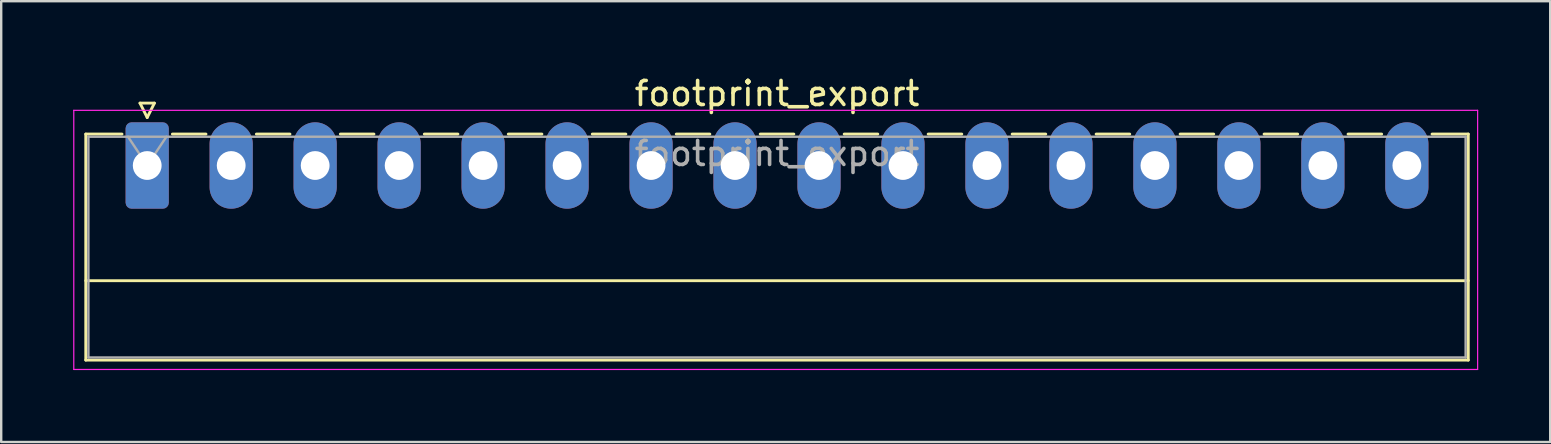
<source format=kicad_pcb>
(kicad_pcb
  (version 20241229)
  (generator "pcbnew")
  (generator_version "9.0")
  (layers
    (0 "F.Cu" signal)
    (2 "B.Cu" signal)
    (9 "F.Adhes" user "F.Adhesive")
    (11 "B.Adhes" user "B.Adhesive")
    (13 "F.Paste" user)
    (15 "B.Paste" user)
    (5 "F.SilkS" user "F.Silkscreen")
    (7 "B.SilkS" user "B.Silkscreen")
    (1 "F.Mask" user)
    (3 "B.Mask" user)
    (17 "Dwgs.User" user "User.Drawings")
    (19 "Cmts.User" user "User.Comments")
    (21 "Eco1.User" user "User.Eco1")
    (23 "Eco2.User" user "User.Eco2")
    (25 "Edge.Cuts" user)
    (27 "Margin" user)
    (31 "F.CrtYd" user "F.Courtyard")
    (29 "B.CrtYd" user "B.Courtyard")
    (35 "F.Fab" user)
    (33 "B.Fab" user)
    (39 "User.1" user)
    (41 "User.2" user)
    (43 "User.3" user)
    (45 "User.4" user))
  (footprint "footprint_export"
    (layer "F.Cu")
    (at 3.085 3.848)
    (property "Reference" "footprint_export" (at 26.25 -3 0) (layer "F.SilkS") (effects (font (size 1 1) (thickness 0.15))))
    (attr through_hole)
    (fp_line (start -2.56 -1.31) (end -2.56 8.11) (stroke (width 0.12) (type solid)) (layer "F.SilkS"))
    (fp_line (start -2.56 -1.31) (end -1.05 -1.31) (stroke (width 0.12) (type solid)) (layer "F.SilkS"))
    (fp_line (start -2.56 4.8) (end 55.06 4.8) (stroke (width 0.12) (type solid)) (layer "F.SilkS"))
    (fp_line (start -2.56 8.11) (end 55.06 8.11) (stroke (width 0.12) (type solid)) (layer "F.SilkS"))
    (fp_line (start -0.3 -2.6) (end 0.3 -2.6) (stroke (width 0.12) (type solid)) (layer "F.SilkS"))
    (fp_line (start 0 -2) (end -0.3 -2.6) (stroke (width 0.12) (type solid)) (layer "F.SilkS"))
    (fp_line (start 0.3 -2.6) (end 0 -2) (stroke (width 0.12) (type solid)) (layer "F.SilkS"))
    (fp_line (start 1.05 -1.31) (end 2.45 -1.31) (stroke (width 0.12) (type solid)) (layer "F.SilkS"))
    (fp_line (start 4.55 -1.31) (end 5.95 -1.31) (stroke (width 0.12) (type solid)) (layer "F.SilkS"))
    (fp_line (start 8.05 -1.31) (end 9.45 -1.31) (stroke (width 0.12) (type solid)) (layer "F.SilkS"))
    (fp_line (start 11.55 -1.31) (end 12.95 -1.31) (stroke (width 0.12) (type solid)) (layer "F.SilkS"))
    (fp_line (start 15.05 -1.31) (end 16.45 -1.31) (stroke (width 0.12) (type solid)) (layer "F.SilkS"))
    (fp_line (start 18.55 -1.31) (end 19.95 -1.31) (stroke (width 0.12) (type solid)) (layer "F.SilkS"))
    (fp_line (start 22.05 -1.31) (end 23.45 -1.31) (stroke (width 0.12) (type solid)) (layer "F.SilkS"))
    (fp_line (start 25.55 -1.31) (end 26.95 -1.31) (stroke (width 0.12) (type solid)) (layer "F.SilkS"))
    (fp_line (start 29.05 -1.31) (end 30.45 -1.31) (stroke (width 0.12) (type solid)) (layer "F.SilkS"))
    (fp_line (start 32.55 -1.31) (end 33.95 -1.31) (stroke (width 0.12) (type solid)) (layer "F.SilkS"))
    (fp_line (start 36.05 -1.31) (end 37.45 -1.31) (stroke (width 0.12) (type solid)) (layer "F.SilkS"))
    (fp_line (start 39.55 -1.31) (end 40.95 -1.31) (stroke (width 0.12) (type solid)) (layer "F.SilkS"))
    (fp_line (start 43.05 -1.31) (end 44.45 -1.31) (stroke (width 0.12) (type solid)) (layer "F.SilkS"))
    (fp_line (start 46.55 -1.31) (end 47.95 -1.31) (stroke (width 0.12) (type solid)) (layer "F.SilkS"))
    (fp_line (start 50.05 -1.31) (end 51.45 -1.31) (stroke (width 0.12) (type solid)) (layer "F.SilkS"))
    (fp_line (start 55.06 -1.31) (end 53.55 -1.31) (stroke (width 0.12) (type solid)) (layer "F.SilkS"))
    (fp_line (start 55.06 8.11) (end 55.06 -1.31) (stroke (width 0.12) (type solid)) (layer "F.SilkS"))
    (fp_line (start -3.06 -2.3) (end -3.06 8.5) (stroke (width 0.05) (type solid)) (layer "F.CrtYd"))
    (fp_line (start -3.06 8.5) (end 55.45 8.5) (stroke (width 0.05) (type solid)) (layer "F.CrtYd"))
    (fp_line (start 55.45 -2.3) (end -3.06 -2.3) (stroke (width 0.05) (type solid)) (layer "F.CrtYd"))
    (fp_line (start 55.45 8.5) (end 55.45 -2.3) (stroke (width 0.05) (type solid)) (layer "F.CrtYd"))
    (fp_line (start -2.45 -1.2) (end -2.45 8) (stroke (width 0.1) (type solid)) (layer "F.Fab"))
    (fp_line (start -2.45 8) (end 54.95 8) (stroke (width 0.1) (type solid)) (layer "F.Fab"))
    (fp_line (start 0 0) (end -0.8 -1.2) (stroke (width 0.1) (type solid)) (layer "F.Fab"))
    (fp_line (start 0.8 -1.2) (end 0 0) (stroke (width 0.1) (type solid)) (layer "F.Fab"))
    (fp_line (start 54.95 -1.2) (end -2.45 -1.2) (stroke (width 0.1) (type solid)) (layer "F.Fab"))
    (fp_line (start 54.95 8) (end 54.95 -1.2) (stroke (width 0.1) (type solid)) (layer "F.Fab"))
    (fp_text user "${REFERENCE}" (at 26.25 -0.5 0) (layer "F.Fab") (effects (font (size 1 1) (thickness 0.15))))
    (pad "1" thru_hole roundrect (at 0 0) (size 1.8 3.6) (drill 1.2) (layers "*.Cu" "*.Mask") (roundrect_rratio 0.139))
    (pad "2" thru_hole oval (at 3.5 0) (size 1.8 3.6) (drill 1.2) (layers "*.Cu" "*.Mask"))
    (pad "3" thru_hole oval (at 7 0) (size 1.8 3.6) (drill 1.2) (layers "*.Cu" "*.Mask"))
    (pad "4" thru_hole oval (at 10.5 0) (size 1.8 3.6) (drill 1.2) (layers "*.Cu" "*.Mask"))
    (pad "5" thru_hole oval (at 14 0) (size 1.8 3.6) (drill 1.2) (layers "*.Cu" "*.Mask"))
    (pad "6" thru_hole oval (at 17.5 0) (size 1.8 3.6) (drill 1.2) (layers "*.Cu" "*.Mask"))
    (pad "7" thru_hole oval (at 21 0) (size 1.8 3.6) (drill 1.2) (layers "*.Cu" "*.Mask"))
    (pad "8" thru_hole oval (at 24.5 0) (size 1.8 3.6) (drill 1.2) (layers "*.Cu" "*.Mask"))
    (pad "9" thru_hole oval (at 28 0) (size 1.8 3.6) (drill 1.2) (layers "*.Cu" "*.Mask"))
    (pad "10" thru_hole oval (at 31.5 0) (size 1.8 3.6) (drill 1.2) (layers "*.Cu" "*.Mask"))
    (pad "11" thru_hole oval (at 35 0) (size 1.8 3.6) (drill 1.2) (layers "*.Cu" "*.Mask"))
    (pad "12" thru_hole oval (at 38.5 0) (size 1.8 3.6) (drill 1.2) (layers "*.Cu" "*.Mask"))
    (pad "13" thru_hole oval (at 42 0) (size 1.8 3.6) (drill 1.2) (layers "*.Cu" "*.Mask"))
    (pad "14" thru_hole oval (at 45.5 0) (size 1.8 3.6) (drill 1.2) (layers "*.Cu" "*.Mask"))
    (pad "15" thru_hole oval (at 49 0) (size 1.8 3.6) (drill 1.2) (layers "*.Cu" "*.Mask"))
    (pad "16" thru_hole oval (at 52.5 0) (size 1.8 3.6) (drill 1.2) (layers "*.Cu" "*.Mask")))
  (gr_rect
    (start -3 -3)
    (end 61.56 15.373)
    (stroke (width 0.1) (type default))
    (fill no)
    (layer "Edge.Cuts")))
</source>
